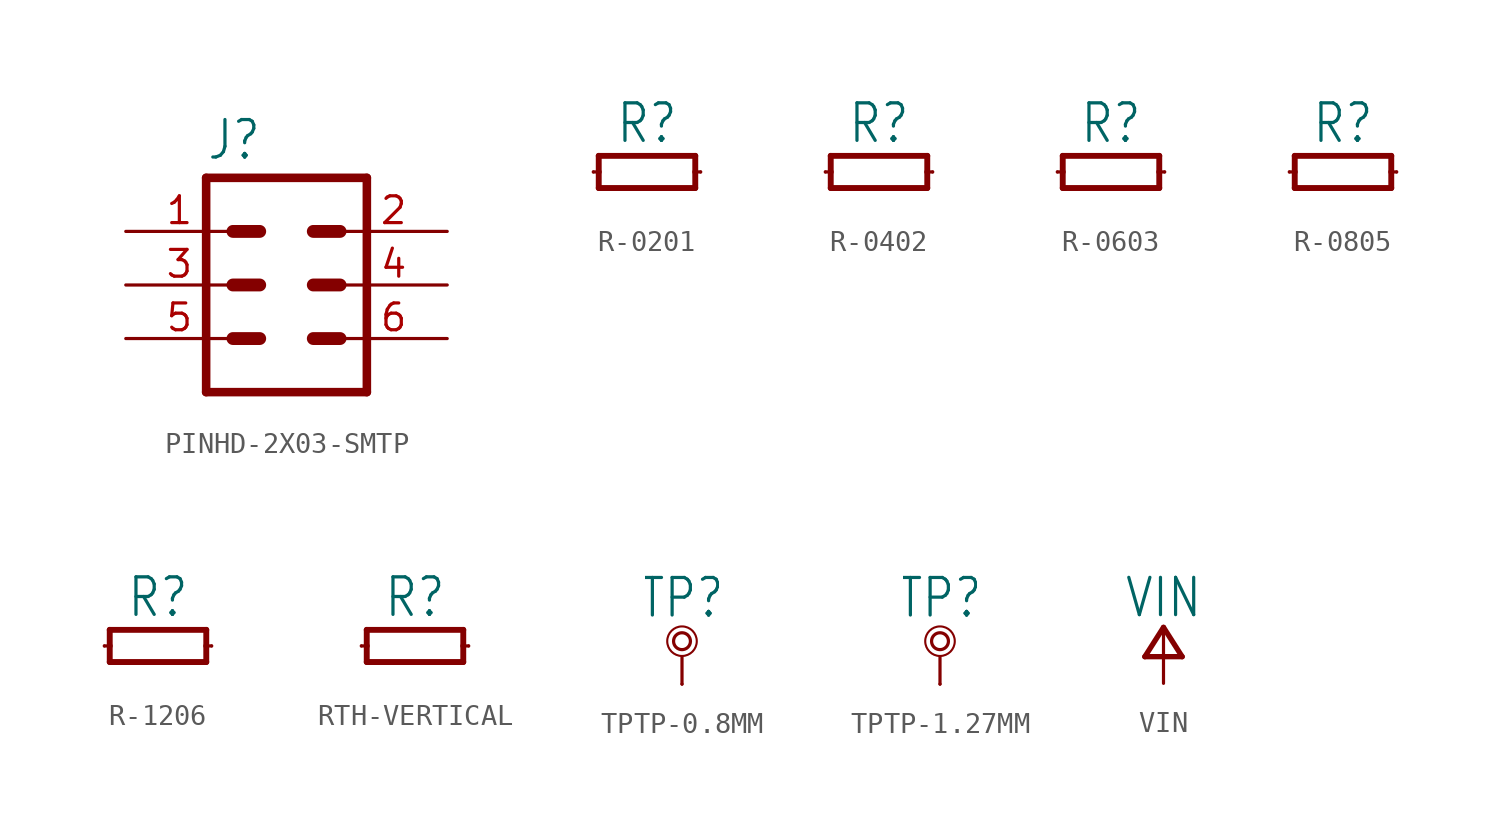
<source format=kicad_sym>
(kicad_symbol_lib
  (version 20220914)
  (generator kicad_symbol_editor)
  (symbol "PINHD-2X03-SMTP"
    (property "Reference" "J"
      (at -3.81 5.842 0)
      (effects (font (size 1.778 1.511)) (justify left bottom)))
    (property "ki_locked" ""
      (at 0 0 0)
      (effects (font (size 1.27 1.27))))
    (symbol "PINHD-2X03-SMTP_1_0"
      (polyline (pts (xy -3.81 5.08) (xy -3.81 -5.08)) (stroke (width 0.406) (type solid)) (fill (type none)))
      (polyline (pts (xy -3.81 5.08) (xy 3.81 5.08)) (stroke (width 0.406) (type solid)) (fill (type none)))
      (polyline (pts (xy -2.54 -2.54) (xy -1.27 -2.54)) (stroke (width 0.61) (type solid)) (fill (type none)))
      (polyline (pts (xy -2.54 0) (xy -1.27 0)) (stroke (width 0.61) (type solid)) (fill (type none)))
      (polyline (pts (xy -2.54 2.54) (xy -1.27 2.54)) (stroke (width 0.61) (type solid)) (fill (type none)))
      (polyline (pts (xy 1.27 -2.54) (xy 2.54 -2.54)) (stroke (width 0.61) (type solid)) (fill (type none)))
      (polyline (pts (xy 1.27 0) (xy 2.54 0)) (stroke (width 0.61) (type solid)) (fill (type none)))
      (polyline (pts (xy 1.27 2.54) (xy 2.54 2.54)) (stroke (width 0.61) (type solid)) (fill (type none)))
      (polyline (pts (xy 3.81 -5.08) (xy -3.81 -5.08)) (stroke (width 0.406) (type solid)) (fill (type none)))
      (polyline (pts (xy 3.81 -5.08) (xy 3.81 5.08)) (stroke (width 0.406) (type solid)) (fill (type none)))
      (pin passive line (at -7.62 2.54 0) (length 5.08) (name "1" (effects (font (size 0 0)))) (number "1" (effects (font (size 1.27 1.27)))))
      (pin passive line (at 7.62 2.54 180) (length 5.08) (name "2" (effects (font (size 0 0)))) (number "2" (effects (font (size 1.27 1.27)))))
      (pin passive line (at -7.62 0 0) (length 5.08) (name "3" (effects (font (size 0 0)))) (number "3" (effects (font (size 1.27 1.27)))))
      (pin passive line (at 7.62 0 180) (length 5.08) (name "4" (effects (font (size 0 0)))) (number "4" (effects (font (size 1.27 1.27)))))
      (pin passive line (at -7.62 -2.54 0) (length 5.08) (name "5" (effects (font (size 0 0)))) (number "5" (effects (font (size 1.27 1.27)))))
      (pin passive line (at 7.62 -2.54 180) (length 5.08) (name "6" (effects (font (size 0 0)))) (number "6" (effects (font (size 1.27 1.27)))))))
  (symbol "R-0201"
    (property "Reference" "R"
      (at 0 1.27 0)
      (effects (font (size 1.778 1.511)) (justify bottom)))
    (property "Value" ""
      (at 0 -1.27 0)
      (effects (font (size 1.778 1.511)) (justify top)))
    (property "ki_locked" ""
      (at 0 0 0)
      (effects (font (size 1.27 1.27))))
    (symbol "R-0201_1_0"
      (polyline (pts (xy -2.54 0) (xy -2.286 0)) (stroke (width 0.152) (type solid)) (fill (type none)))
      (polyline (pts (xy -2.286 -0.762) (xy -2.286 0)) (stroke (width 0.279) (type solid)) (fill (type none)))
      (polyline (pts (xy -2.286 -0.762) (xy 2.286 -0.762)) (stroke (width 0.279) (type solid)) (fill (type none)))
      (polyline (pts (xy -2.286 0) (xy -2.286 0.762)) (stroke (width 0.279) (type solid)) (fill (type none)))
      (polyline (pts (xy -2.286 0.762) (xy 2.286 0.762)) (stroke (width 0.279) (type solid)) (fill (type none)))
      (polyline (pts (xy 2.286 0) (xy 2.286 -0.762)) (stroke (width 0.279) (type solid)) (fill (type none)))
      (polyline (pts (xy 2.286 0) (xy 2.54 0)) (stroke (width 0.152) (type solid)) (fill (type none)))
      (polyline (pts (xy 2.286 0.762) (xy 2.286 0)) (stroke (width 0.279) (type solid)) (fill (type none)))
      (pin passive line (at -2.54 0 0) (length 0) (name "1" (effects (font (size 0 0)))) (number "1" (effects (font (size 0 0)))))
      (pin passive line (at 2.54 0 180) (length 0) (name "2" (effects (font (size 0 0)))) (number "2" (effects (font (size 0 0)))))))
  (symbol "R-0402"
    (property "Reference" "R"
      (at 0 1.27 0)
      (effects (font (size 1.778 1.511)) (justify bottom)))
    (property "Value" ""
      (at 0 -1.27 0)
      (effects (font (size 1.778 1.511)) (justify top)))
    (property "ki_locked" ""
      (at 0 0 0)
      (effects (font (size 1.27 1.27))))
    (symbol "R-0402_1_0"
      (polyline (pts (xy -2.54 0) (xy -2.286 0)) (stroke (width 0.152) (type solid)) (fill (type none)))
      (polyline (pts (xy -2.286 -0.762) (xy -2.286 0)) (stroke (width 0.279) (type solid)) (fill (type none)))
      (polyline (pts (xy -2.286 -0.762) (xy 2.286 -0.762)) (stroke (width 0.279) (type solid)) (fill (type none)))
      (polyline (pts (xy -2.286 0) (xy -2.286 0.762)) (stroke (width 0.279) (type solid)) (fill (type none)))
      (polyline (pts (xy -2.286 0.762) (xy 2.286 0.762)) (stroke (width 0.279) (type solid)) (fill (type none)))
      (polyline (pts (xy 2.286 0) (xy 2.286 -0.762)) (stroke (width 0.279) (type solid)) (fill (type none)))
      (polyline (pts (xy 2.286 0) (xy 2.54 0)) (stroke (width 0.152) (type solid)) (fill (type none)))
      (polyline (pts (xy 2.286 0.762) (xy 2.286 0)) (stroke (width 0.279) (type solid)) (fill (type none)))
      (pin passive line (at -2.54 0 0) (length 0) (name "1" (effects (font (size 0 0)))) (number "1" (effects (font (size 0 0)))))
      (pin passive line (at 2.54 0 180) (length 0) (name "2" (effects (font (size 0 0)))) (number "2" (effects (font (size 0 0)))))))
  (symbol "R-0603"
    (property "Reference" "R"
      (at 0 1.27 0)
      (effects (font (size 1.778 1.511)) (justify bottom)))
    (property "Value" ""
      (at 0 -1.27 0)
      (effects (font (size 1.778 1.511)) (justify top)))
    (property "ki_locked" ""
      (at 0 0 0)
      (effects (font (size 1.27 1.27))))
    (symbol "R-0603_1_0"
      (polyline (pts (xy -2.54 0) (xy -2.286 0)) (stroke (width 0.152) (type solid)) (fill (type none)))
      (polyline (pts (xy -2.286 -0.762) (xy -2.286 0)) (stroke (width 0.279) (type solid)) (fill (type none)))
      (polyline (pts (xy -2.286 -0.762) (xy 2.286 -0.762)) (stroke (width 0.279) (type solid)) (fill (type none)))
      (polyline (pts (xy -2.286 0) (xy -2.286 0.762)) (stroke (width 0.279) (type solid)) (fill (type none)))
      (polyline (pts (xy -2.286 0.762) (xy 2.286 0.762)) (stroke (width 0.279) (type solid)) (fill (type none)))
      (polyline (pts (xy 2.286 0) (xy 2.286 -0.762)) (stroke (width 0.279) (type solid)) (fill (type none)))
      (polyline (pts (xy 2.286 0) (xy 2.54 0)) (stroke (width 0.152) (type solid)) (fill (type none)))
      (polyline (pts (xy 2.286 0.762) (xy 2.286 0)) (stroke (width 0.279) (type solid)) (fill (type none)))
      (pin passive line (at -2.54 0 0) (length 0) (name "1" (effects (font (size 0 0)))) (number "1" (effects (font (size 0 0)))))
      (pin passive line (at 2.54 0 180) (length 0) (name "2" (effects (font (size 0 0)))) (number "2" (effects (font (size 0 0)))))))
  (symbol "R-0805"
    (property "Reference" "R"
      (at 0 1.27 0)
      (effects (font (size 1.778 1.511)) (justify bottom)))
    (property "Value" ""
      (at 0 -1.27 0)
      (effects (font (size 1.778 1.511)) (justify top)))
    (property "ki_locked" ""
      (at 0 0 0)
      (effects (font (size 1.27 1.27))))
    (symbol "R-0805_1_0"
      (polyline (pts (xy -2.54 0) (xy -2.286 0)) (stroke (width 0.152) (type solid)) (fill (type none)))
      (polyline (pts (xy -2.286 -0.762) (xy -2.286 0)) (stroke (width 0.279) (type solid)) (fill (type none)))
      (polyline (pts (xy -2.286 -0.762) (xy 2.286 -0.762)) (stroke (width 0.279) (type solid)) (fill (type none)))
      (polyline (pts (xy -2.286 0) (xy -2.286 0.762)) (stroke (width 0.279) (type solid)) (fill (type none)))
      (polyline (pts (xy -2.286 0.762) (xy 2.286 0.762)) (stroke (width 0.279) (type solid)) (fill (type none)))
      (polyline (pts (xy 2.286 0) (xy 2.286 -0.762)) (stroke (width 0.279) (type solid)) (fill (type none)))
      (polyline (pts (xy 2.286 0) (xy 2.54 0)) (stroke (width 0.152) (type solid)) (fill (type none)))
      (polyline (pts (xy 2.286 0.762) (xy 2.286 0)) (stroke (width 0.279) (type solid)) (fill (type none)))
      (pin passive line (at -2.54 0 0) (length 0) (name "1" (effects (font (size 0 0)))) (number "1" (effects (font (size 0 0)))))
      (pin passive line (at 2.54 0 180) (length 0) (name "2" (effects (font (size 0 0)))) (number "2" (effects (font (size 0 0)))))))
  (symbol "R-1206"
    (property "Reference" "R"
      (at 0 1.27 0)
      (effects (font (size 1.778 1.511)) (justify bottom)))
    (property "Value" ""
      (at 0 -1.27 0)
      (effects (font (size 1.778 1.511)) (justify top)))
    (property "ki_locked" ""
      (at 0 0 0)
      (effects (font (size 1.27 1.27))))
    (symbol "R-1206_1_0"
      (polyline (pts (xy -2.54 0) (xy -2.286 0)) (stroke (width 0.152) (type solid)) (fill (type none)))
      (polyline (pts (xy -2.286 -0.762) (xy -2.286 0)) (stroke (width 0.279) (type solid)) (fill (type none)))
      (polyline (pts (xy -2.286 -0.762) (xy 2.286 -0.762)) (stroke (width 0.279) (type solid)) (fill (type none)))
      (polyline (pts (xy -2.286 0) (xy -2.286 0.762)) (stroke (width 0.279) (type solid)) (fill (type none)))
      (polyline (pts (xy -2.286 0.762) (xy 2.286 0.762)) (stroke (width 0.279) (type solid)) (fill (type none)))
      (polyline (pts (xy 2.286 0) (xy 2.286 -0.762)) (stroke (width 0.279) (type solid)) (fill (type none)))
      (polyline (pts (xy 2.286 0) (xy 2.54 0)) (stroke (width 0.152) (type solid)) (fill (type none)))
      (polyline (pts (xy 2.286 0.762) (xy 2.286 0)) (stroke (width 0.279) (type solid)) (fill (type none)))
      (pin passive line (at -2.54 0 0) (length 0) (name "1" (effects (font (size 0 0)))) (number "1" (effects (font (size 0 0)))))
      (pin passive line (at 2.54 0 180) (length 0) (name "2" (effects (font (size 0 0)))) (number "2" (effects (font (size 0 0)))))))
  (symbol "RTH-VERTICAL"
    (property "Reference" "R"
      (at 0 1.27 0)
      (effects (font (size 1.778 1.511)) (justify bottom)))
    (property "Value" ""
      (at 0 -1.27 0)
      (effects (font (size 1.778 1.511)) (justify top)))
    (property "ki_locked" ""
      (at 0 0 0)
      (effects (font (size 1.27 1.27))))
    (symbol "RTH-VERTICAL_1_0"
      (polyline (pts (xy -2.54 0) (xy -2.286 0)) (stroke (width 0.152) (type solid)) (fill (type none)))
      (polyline (pts (xy -2.286 -0.762) (xy -2.286 0)) (stroke (width 0.279) (type solid)) (fill (type none)))
      (polyline (pts (xy -2.286 -0.762) (xy 2.286 -0.762)) (stroke (width 0.279) (type solid)) (fill (type none)))
      (polyline (pts (xy -2.286 0) (xy -2.286 0.762)) (stroke (width 0.279) (type solid)) (fill (type none)))
      (polyline (pts (xy -2.286 0.762) (xy 2.286 0.762)) (stroke (width 0.279) (type solid)) (fill (type none)))
      (polyline (pts (xy 2.286 0) (xy 2.286 -0.762)) (stroke (width 0.279) (type solid)) (fill (type none)))
      (polyline (pts (xy 2.286 0) (xy 2.54 0)) (stroke (width 0.152) (type solid)) (fill (type none)))
      (polyline (pts (xy 2.286 0.762) (xy 2.286 0)) (stroke (width 0.279) (type solid)) (fill (type none)))
      (pin passive line (at -2.54 0 0) (length 0) (name "1" (effects (font (size 0 0)))) (number "1" (effects (font (size 0 0)))))
      (pin passive line (at 2.54 0 180) (length 0) (name "2" (effects (font (size 0 0)))) (number "2" (effects (font (size 0 0)))))))
  (symbol "TPTP-0.8MM"
    (property "Reference" "TP"
      (at 0 0.508 0)
      (effects (font (size 1.778 1.511)) (justify bottom)))
    (property "ki_locked" ""
      (at 0 0 0)
      (effects (font (size 1.27 1.27))))
    (symbol "TPTP-0.8MM_1_0"
      (circle (center 0 -0.508) (radius 0.4) (stroke (width 0) (type solid)) (fill (type none)))
      (circle (center 0 -0.508) (radius 0.7) (stroke (width 0.1) (type solid)) (fill (type none)))
      (polyline (pts (xy 0 -2.54) (xy 0 -1.27)) (stroke (width 0.152) (type solid)) (fill (type none)))
      (pin passive line (at 0 -2.54 90) (length 0) (name "P$1" (effects (font (size 0 0)))) (number "X" (effects (font (size 0 0)))))))
  (symbol "TPTP-1.27MM"
    (property "Reference" "TP"
      (at 0 0.508 0)
      (effects (font (size 1.778 1.511)) (justify bottom)))
    (property "ki_locked" ""
      (at 0 0 0)
      (effects (font (size 1.27 1.27))))
    (symbol "TPTP-1.27MM_1_0"
      (circle (center 0 -0.508) (radius 0.4) (stroke (width 0) (type solid)) (fill (type none)))
      (circle (center 0 -0.508) (radius 0.7) (stroke (width 0.1) (type solid)) (fill (type none)))
      (polyline (pts (xy 0 -2.54) (xy 0 -1.27)) (stroke (width 0.152) (type solid)) (fill (type none)))
      (pin passive line (at 0 -2.54 90) (length 0) (name "P$1" (effects (font (size 0 0)))) (number "X" (effects (font (size 0 0)))))))
  (symbol "VIN"
    (power)
    (property "Reference" "#VIN"
      (at 0 0 0)
      (effects (font (size 1.27 1.27)) hide))
    (property "Value" "VIN"
      (at 0 0.508 0)
      (effects (font (size 1.778 1.511)) (justify bottom)))
    (property "ki_locked" ""
      (at 0 0 0)
      (effects (font (size 1.27 1.27))))
    (symbol "VIN_1_0"
      (polyline (pts (xy -0.889 -1.27) (xy 0.889 -1.27)) (stroke (width 0.254) (type solid)) (fill (type none)))
      (polyline (pts (xy 0 0.127) (xy -0.889 -1.27)) (stroke (width 0.254) (type solid)) (fill (type none)))
      (polyline (pts (xy 0.889 -1.27) (xy 0 0.127)) (stroke (width 0.254) (type solid)) (fill (type none)))
      (pin power_in line (at 0 -2.54 90) (length 2.54) (name "VIN" (effects (font (size 0 0)))) (number "1" (effects (font (size 0 0))))))))
</source>
